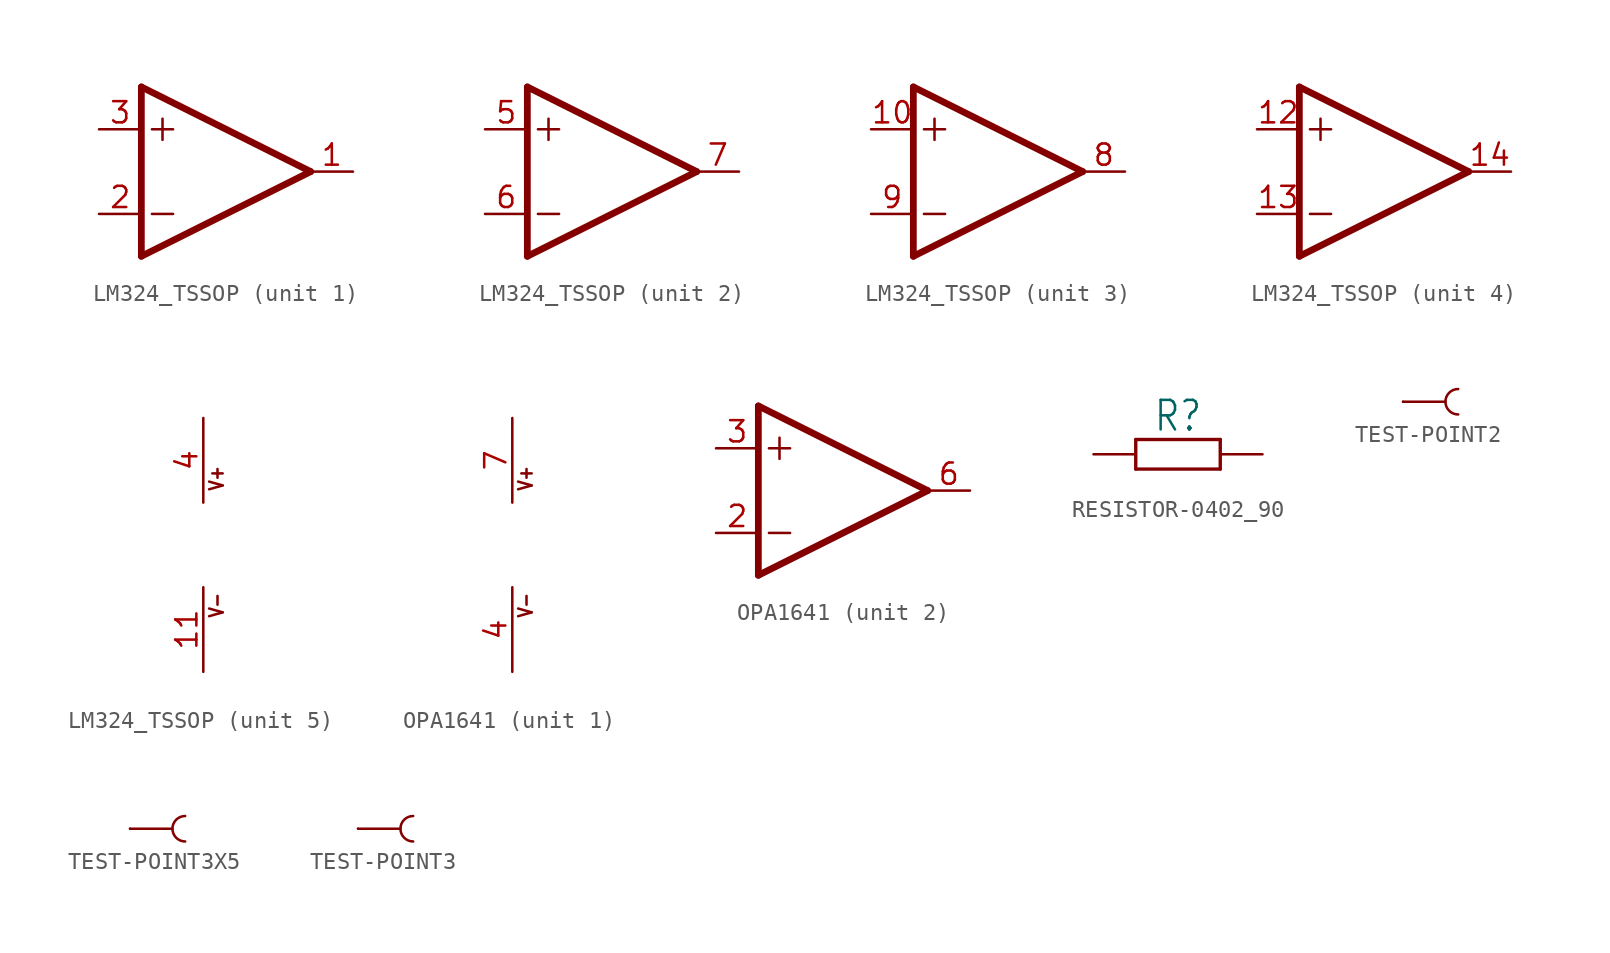
<source format=kicad_sym>
(kicad_symbol_lib
  (version 20231120)
  (generator "kicad_symbol_editor")
  (generator_version "8.0")
  (symbol "LM324_TSSOP"
    (property "Reference" "U"
      (at 2.54 3.175 0)
      (effects (font (size 1.778 1.511)) (justify left bottom) (hide yes)))
    (property "ki_locked" ""
      (at 0 0 0)
      (effects (font (size 1.27 1.27))))
    (symbol "LM324_TSSOP_1_0"
      (polyline (pts (xy -5.08 -5.08) (xy 5.08 0)) (stroke (width 0.406) (type solid)) (fill (type none)))
      (polyline (pts (xy -5.08 5.08) (xy -5.08 -5.08)) (stroke (width 0.406) (type solid)) (fill (type none)))
      (polyline (pts (xy -4.445 -2.54) (xy -3.175 -2.54)) (stroke (width 0.152) (type solid)) (fill (type none)))
      (polyline (pts (xy -4.445 2.54) (xy -3.175 2.54)) (stroke (width 0.152) (type solid)) (fill (type none)))
      (polyline (pts (xy -3.81 3.175) (xy -3.81 1.905)) (stroke (width 0.152) (type solid)) (fill (type none)))
      (polyline (pts (xy 5.08 0) (xy -5.08 5.08)) (stroke (width 0.406) (type solid)) (fill (type none)))
      (pin output line (at 7.62 0 180) (length 2.54) (name "OUT" (effects (font (size 0 0)))) (number "1" (effects (font (size 1.27 1.27)))))
      (pin input line (at -7.62 -2.54 0) (length 2.54) (name "-IN" (effects (font (size 0 0)))) (number "2" (effects (font (size 1.27 1.27)))))
      (pin input line (at -7.62 2.54 0) (length 2.54) (name "+IN" (effects (font (size 0 0)))) (number "3" (effects (font (size 1.27 1.27))))))
    (symbol "LM324_TSSOP_2_0"
      (polyline (pts (xy -5.08 -5.08) (xy 5.08 0)) (stroke (width 0.406) (type solid)) (fill (type none)))
      (polyline (pts (xy -5.08 5.08) (xy -5.08 -5.08)) (stroke (width 0.406) (type solid)) (fill (type none)))
      (polyline (pts (xy -4.445 -2.54) (xy -3.175 -2.54)) (stroke (width 0.152) (type solid)) (fill (type none)))
      (polyline (pts (xy -4.445 2.54) (xy -3.175 2.54)) (stroke (width 0.152) (type solid)) (fill (type none)))
      (polyline (pts (xy -3.81 3.175) (xy -3.81 1.905)) (stroke (width 0.152) (type solid)) (fill (type none)))
      (polyline (pts (xy 5.08 0) (xy -5.08 5.08)) (stroke (width 0.406) (type solid)) (fill (type none)))
      (pin input line (at -7.62 2.54 0) (length 2.54) (name "+IN" (effects (font (size 0 0)))) (number "5" (effects (font (size 1.27 1.27)))))
      (pin input line (at -7.62 -2.54 0) (length 2.54) (name "-IN" (effects (font (size 0 0)))) (number "6" (effects (font (size 1.27 1.27)))))
      (pin output line (at 7.62 0 180) (length 2.54) (name "OUT" (effects (font (size 0 0)))) (number "7" (effects (font (size 1.27 1.27))))))
    (symbol "LM324_TSSOP_3_0"
      (polyline (pts (xy -5.08 -5.08) (xy 5.08 0)) (stroke (width 0.406) (type solid)) (fill (type none)))
      (polyline (pts (xy -5.08 5.08) (xy -5.08 -5.08)) (stroke (width 0.406) (type solid)) (fill (type none)))
      (polyline (pts (xy -4.445 -2.54) (xy -3.175 -2.54)) (stroke (width 0.152) (type solid)) (fill (type none)))
      (polyline (pts (xy -4.445 2.54) (xy -3.175 2.54)) (stroke (width 0.152) (type solid)) (fill (type none)))
      (polyline (pts (xy -3.81 3.175) (xy -3.81 1.905)) (stroke (width 0.152) (type solid)) (fill (type none)))
      (polyline (pts (xy 5.08 0) (xy -5.08 5.08)) (stroke (width 0.406) (type solid)) (fill (type none)))
      (pin input line (at -7.62 2.54 0) (length 2.54) (name "+IN" (effects (font (size 0 0)))) (number "10" (effects (font (size 1.27 1.27)))))
      (pin output line (at 7.62 0 180) (length 2.54) (name "OUT" (effects (font (size 0 0)))) (number "8" (effects (font (size 1.27 1.27)))))
      (pin input line (at -7.62 -2.54 0) (length 2.54) (name "-IN" (effects (font (size 0 0)))) (number "9" (effects (font (size 1.27 1.27))))))
    (symbol "LM324_TSSOP_4_0"
      (polyline (pts (xy -5.08 -5.08) (xy 5.08 0)) (stroke (width 0.406) (type solid)) (fill (type none)))
      (polyline (pts (xy -5.08 5.08) (xy -5.08 -5.08)) (stroke (width 0.406) (type solid)) (fill (type none)))
      (polyline (pts (xy -4.445 -2.54) (xy -3.175 -2.54)) (stroke (width 0.152) (type solid)) (fill (type none)))
      (polyline (pts (xy -4.445 2.54) (xy -3.175 2.54)) (stroke (width 0.152) (type solid)) (fill (type none)))
      (polyline (pts (xy -3.81 3.175) (xy -3.81 1.905)) (stroke (width 0.152) (type solid)) (fill (type none)))
      (polyline (pts (xy 5.08 0) (xy -5.08 5.08)) (stroke (width 0.406) (type solid)) (fill (type none)))
      (pin input line (at -7.62 2.54 0) (length 2.54) (name "+IN" (effects (font (size 0 0)))) (number "12" (effects (font (size 1.27 1.27)))))
      (pin input line (at -7.62 -2.54 0) (length 2.54) (name "-IN" (effects (font (size 0 0)))) (number "13" (effects (font (size 1.27 1.27)))))
      (pin output line (at 7.62 0 180) (length 2.54) (name "OUT" (effects (font (size 0 0)))) (number "14" (effects (font (size 1.27 1.27))))))
    (symbol "LM324_TSSOP_5_0"
      (text "V+" (at 1.27 3.175 900) (effects (font (size 0.813 0.691)) (justify left bottom)))
      (text "V-" (at 1.27 -4.445 900) (effects (font (size 0.813 0.691)) (justify left bottom)))
      (pin power_in line (at 0 -7.62 90) (length 5.08) (name "V-" (effects (font (size 0 0)))) (number "11" (effects (font (size 1.27 1.27)))))
      (pin power_in line (at 0 7.62 270) (length 5.08) (name "V+" (effects (font (size 0 0)))) (number "4" (effects (font (size 1.27 1.27)))))))
  (symbol "OPA1641"
    (property "Reference" "IC"
      (at 2.54 3.175 0)
      (effects (font (size 1.778 1.511)) (justify left bottom) (hide yes)))
    (property "ki_locked" ""
      (at 0 0 0)
      (effects (font (size 1.27 1.27))))
    (symbol "OPA1641_1_0"
      (text "V+" (at 1.27 3.175 900) (effects (font (size 0.813 0.691)) (justify left bottom)))
      (text "V-" (at 1.27 -4.445 900) (effects (font (size 0.813 0.691)) (justify left bottom)))
      (pin power_in line (at 0 -7.62 90) (length 5.08) (name "V-" (effects (font (size 0 0)))) (number "4" (effects (font (size 1.27 1.27)))))
      (pin power_in line (at 0 7.62 270) (length 5.08) (name "V+" (effects (font (size 0 0)))) (number "7" (effects (font (size 1.27 1.27))))))
    (symbol "OPA1641_2_0"
      (polyline (pts (xy -5.08 -5.08) (xy 5.08 0)) (stroke (width 0.406) (type solid)) (fill (type none)))
      (polyline (pts (xy -5.08 5.08) (xy -5.08 -5.08)) (stroke (width 0.406) (type solid)) (fill (type none)))
      (polyline (pts (xy -4.445 -2.54) (xy -3.175 -2.54)) (stroke (width 0.152) (type solid)) (fill (type none)))
      (polyline (pts (xy -4.445 2.54) (xy -3.175 2.54)) (stroke (width 0.152) (type solid)) (fill (type none)))
      (polyline (pts (xy -3.81 3.175) (xy -3.81 1.905)) (stroke (width 0.152) (type solid)) (fill (type none)))
      (polyline (pts (xy 5.08 0) (xy -5.08 5.08)) (stroke (width 0.406) (type solid)) (fill (type none)))
      (pin input line (at -7.62 -2.54 0) (length 2.54) (name "-IN" (effects (font (size 0 0)))) (number "2" (effects (font (size 1.27 1.27)))))
      (pin input line (at -7.62 2.54 0) (length 2.54) (name "+IN" (effects (font (size 0 0)))) (number "3" (effects (font (size 1.27 1.27)))))
      (pin output line (at 7.62 0 180) (length 2.54) (name "OUT" (effects (font (size 0 0)))) (number "6" (effects (font (size 1.27 1.27)))))))
  (symbol "RESISTOR-0402_90"
    (property "Reference" "R"
      (at 0 1.27 0)
      (effects (font (size 1.778 1.511)) (justify bottom)))
    (property "Value" ""
      (at 0 -1.27 0)
      (effects (font (size 1.778 1.511)) (justify top)))
    (property "ki_locked" ""
      (at 0 0 0)
      (effects (font (size 1.27 1.27))))
    (symbol "RESISTOR-0402_90_1_0"
      (polyline (pts (xy -2.54 -0.889) (xy -2.54 0.889)) (stroke (width 0.203) (type solid)) (fill (type none)))
      (polyline (pts (xy -2.54 0.889) (xy 2.54 0.889)) (stroke (width 0.203) (type solid)) (fill (type none)))
      (polyline (pts (xy 2.54 -0.889) (xy -2.54 -0.889)) (stroke (width 0.203) (type solid)) (fill (type none)))
      (polyline (pts (xy 2.54 0.889) (xy 2.54 -0.889)) (stroke (width 0.203) (type solid)) (fill (type none)))
      (pin passive line (at -5.08 0 0) (length 2.54) (name "1" (effects (font (size 0 0)))) (number "1" (effects (font (size 0 0)))))
      (pin passive line (at 5.08 0 180) (length 2.54) (name "2" (effects (font (size 0 0)))) (number "2" (effects (font (size 0 0)))))))
  (symbol "TEST-POINT2"
    (property "Reference" "TP"
      (at -2.54 2.54 0)
      (effects (font (size 1.778 1.511)) (justify left bottom) (hide yes)))
    (property "ki_locked" ""
      (at 0 0 0)
      (effects (font (size 1.27 1.27))))
    (symbol "TEST-POINT2_1_0"
      (polyline (pts (xy 2.54 0) (xy 0 0)) (stroke (width 0.152) (type solid)) (fill (type none)))
      (arc (start 3.302 0.762) (mid 2.54 0) (end 3.302 -0.762) (stroke (width 0.1524) (type solid)) (fill (type none)))
      (pin bidirectional line (at 0 0 180) (length 0) (name "1" (effects (font (size 0 0)))) (number "P$1" (effects (font (size 0 0)))))))
  (symbol "TEST-POINT3X5"
    (property "Reference" "TP"
      (at -2.54 2.54 0)
      (effects (font (size 1.778 1.511)) (justify left bottom) (hide yes)))
    (property "ki_locked" ""
      (at 0 0 0)
      (effects (font (size 1.27 1.27))))
    (symbol "TEST-POINT3X5_1_0"
      (polyline (pts (xy 2.54 0) (xy 0 0)) (stroke (width 0.152) (type solid)) (fill (type none)))
      (arc (start 3.302 0.762) (mid 2.54 0) (end 3.302 -0.762) (stroke (width 0.1524) (type solid)) (fill (type none)))
      (pin bidirectional line (at 0 0 180) (length 0) (name "1" (effects (font (size 0 0)))) (number "P$1" (effects (font (size 0 0)))))))
  (symbol "TEST-POINT3"
    (property "Reference" "TP"
      (at -2.54 2.54 0)
      (effects (font (size 1.778 1.511)) (justify left bottom) (hide yes)))
    (property "ki_locked" ""
      (at 0 0 0)
      (effects (font (size 1.27 1.27))))
    (symbol "TEST-POINT3_1_0"
      (polyline (pts (xy 2.54 0) (xy 0 0)) (stroke (width 0.152) (type solid)) (fill (type none)))
      (arc (start 3.302 0.762) (mid 2.54 0) (end 3.302 -0.762) (stroke (width 0.1524) (type solid)) (fill (type none)))
      (pin bidirectional line (at 0 0 180) (length 0) (name "1" (effects (font (size 0 0)))) (number "P$1" (effects (font (size 0 0))))))))
</source>
